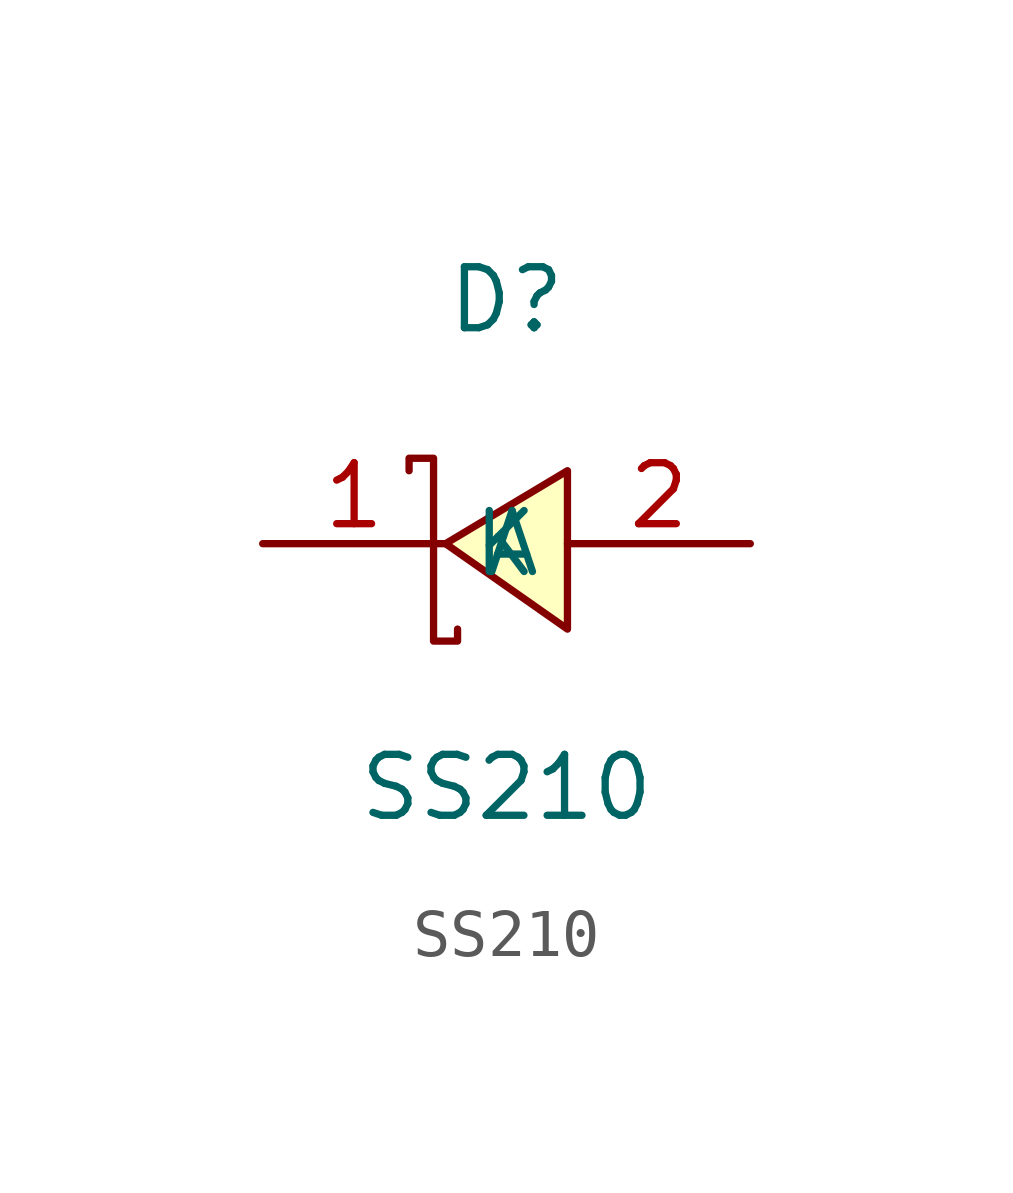
<source format=kicad_sym>
(kicad_symbol_lib
  (version 20211014)
  (generator https://github.com/uPesy/easyeda2kicad.py)
  (symbol "SS210"
    (property "Reference" "D"
      (at 0 5.08 0)
      (effects (font (size 1.27 1.27))))
    (property "Value" "SS210"
      (at 0 -5.08 0)
      (effects (font (size 1.27 1.27))))
    (symbol "SS210_0_1"
      (polyline (pts (xy 1.27 1.52) (xy -1.27 -0.00) (xy 1.27 -1.78) (xy 1.27 1.52)) (stroke (width 0) (type default) (color 0 0 0 0)) (fill (type background)))
      (polyline (pts (xy -2.03 1.52) (xy -2.03 1.78) (xy -1.52 1.78) (xy -1.52 -2.03) (xy -1.02 -2.03) (xy -1.02 -1.78)) (stroke (width 0) (type default) (color 0 0 0 0)) (fill (type none)))
      (pin unspecified line (at 5.08 -0.00 180) (length 3.81) (name "A" (effects (font (size 1.27 1.27)))) (number "2" (effects (font (size 1.27 1.27)))))
      (pin unspecified line (at -5.08 -0.00 0) (length 3.81) (name "K" (effects (font (size 1.27 1.27)))) (number "1" (effects (font (size 1.27 1.27))))))))
</source>
